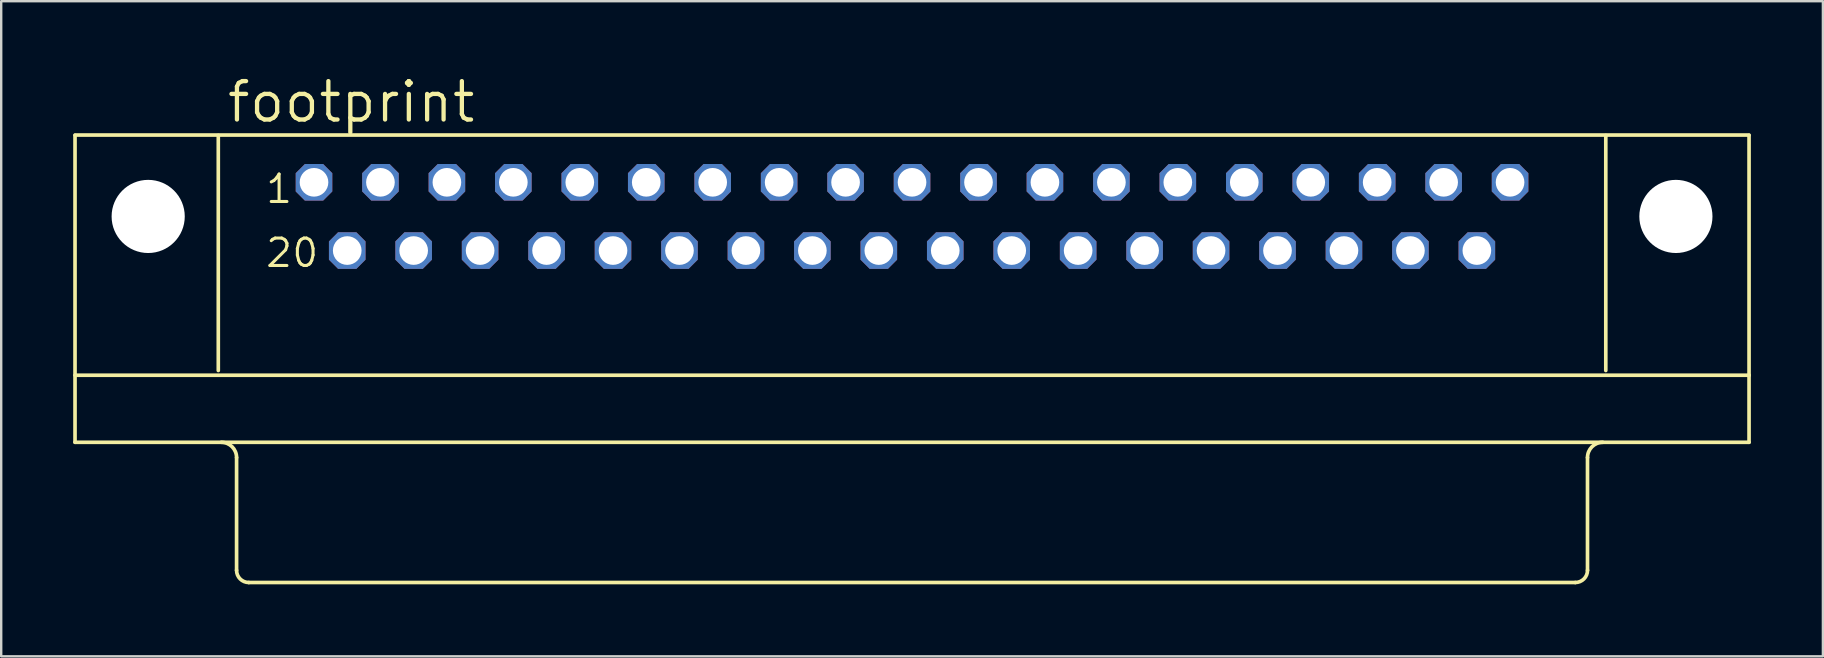
<source format=kicad_pcb>
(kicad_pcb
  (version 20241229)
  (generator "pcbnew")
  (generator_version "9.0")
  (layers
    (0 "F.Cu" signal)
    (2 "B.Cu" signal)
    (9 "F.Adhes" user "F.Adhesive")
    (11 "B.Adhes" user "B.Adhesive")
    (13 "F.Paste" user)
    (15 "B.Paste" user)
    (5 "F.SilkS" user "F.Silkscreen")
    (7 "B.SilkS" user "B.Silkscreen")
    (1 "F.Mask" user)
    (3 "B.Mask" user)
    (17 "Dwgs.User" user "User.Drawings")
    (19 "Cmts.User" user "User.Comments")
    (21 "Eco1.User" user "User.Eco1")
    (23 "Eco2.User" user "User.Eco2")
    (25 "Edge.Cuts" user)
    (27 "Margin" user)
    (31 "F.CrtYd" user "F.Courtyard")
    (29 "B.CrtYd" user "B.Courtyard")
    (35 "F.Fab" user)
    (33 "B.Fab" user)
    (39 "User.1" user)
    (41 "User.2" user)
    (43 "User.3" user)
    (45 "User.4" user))
  (footprint "footprint"
    (layer "F.Cu")
    (at 34.95 15.469)
    (property "Reference" "footprint" (at -28.626 -13.335 0) (layer "F.SilkS") (effects (font (size 1.6 1.6) (thickness 0.178)) (justify left bottom)))
    (fp_line (start -34.874 -12.875) (end -34.874 -0.091) (stroke (width 0.152) (type solid)) (layer "F.SilkS"))
    (fp_line (start -28.905 -12.875) (end -28.905 -3.082) (stroke (width 0.152) (type solid)) (layer "F.SilkS"))
    (fp_line (start -28.143 0.544) (end -28.143 5.243) (stroke (width 0.152) (type solid)) (layer "F.SilkS"))
    (fp_line (start 27.635 5.751) (end -27.635 5.751) (stroke (width 0.152) (type solid)) (layer "F.SilkS"))
    (fp_line (start 28.143 0.544) (end 28.143 5.243) (stroke (width 0.152) (type solid)) (layer "F.SilkS"))
    (fp_line (start 28.905 -3.082) (end 28.905 -12.875) (stroke (width 0.152) (type solid)) (layer "F.SilkS"))
    (fp_line (start 34.874 -12.893) (end -34.874 -12.893) (stroke (width 0.152) (type solid)) (layer "F.SilkS"))
    (fp_line (start 34.874 -12.875) (end 34.874 -2.885) (stroke (width 0.152) (type solid)) (layer "F.SilkS"))
    (fp_line (start 34.874 -2.885) (end -34.874 -2.885) (stroke (width 0.152) (type solid)) (layer "F.SilkS"))
    (fp_line (start 34.874 -2.885) (end 34.874 -0.091) (stroke (width 0.152) (type solid)) (layer "F.SilkS"))
    (fp_line (start 34.874 -0.091) (end -34.874 -0.091) (stroke (width 0.152) (type solid)) (layer "F.SilkS"))
    (fp_arc (start -28.7782 -0.091) (mid -28.329187 0.094987) (end -28.1432 0.544) (stroke (width 0.1524) (type solid)) (layer "F.SilkS"))
    (fp_arc (start -27.6352 5.751) (mid -27.99441 5.60221) (end -28.1432 5.243) (stroke (width 0.1524) (type solid)) (layer "F.SilkS"))
    (fp_arc (start 28.1432 0.544) (mid 28.329187 0.094987) (end 28.7782 -0.091) (stroke (width 0.1524) (type solid)) (layer "F.SilkS"))
    (fp_arc (start 28.1432 5.243) (mid 27.99441 5.60221) (end 27.6352 5.751) (stroke (width 0.1524) (type solid)) (layer "F.SilkS"))
    (fp_text user "20" (at -27 -7.311 0) (layer "F.SilkS") (effects (font (size 1.143 1.143) (thickness 0.127)) (justify left bottom)))
    (fp_text user "1" (at -27 -9.978 0) (layer "F.SilkS") (effects (font (size 1.143 1.143) (thickness 0.127)) (justify left bottom)))
    (pad "" np_thru_hole circle (at -31.826 -9.501) (size 3.048 3.048) (drill 3.048) (layers "*.Cu" "*.Mask"))
    (pad "" np_thru_hole circle (at 31.826 -9.501) (size 3.048 3.048) (drill 3.048) (layers "*.Cu" "*.Mask"))
    (pad "1" thru_hole roundrect (at -24.917 -10.923) (size 1.524 1.524) (drill 1.194) (layers "*.Cu" "*.Mask") (roundrect_rratio 0.25) (chamfer_ratio 0.25) (chamfer top_left top_right bottom_left bottom_right))
    (pad "2" thru_hole roundrect (at -22.149 -10.923) (size 1.524 1.524) (drill 1.194) (layers "*.Cu" "*.Mask") (roundrect_rratio 0.25) (chamfer_ratio 0.25) (chamfer top_left top_right bottom_left bottom_right))
    (pad "3" thru_hole roundrect (at -19.38 -10.923) (size 1.524 1.524) (drill 1.194) (layers "*.Cu" "*.Mask") (roundrect_rratio 0.25) (chamfer_ratio 0.25) (chamfer top_left top_right bottom_left bottom_right))
    (pad "4" thru_hole roundrect (at -16.612 -10.923) (size 1.524 1.524) (drill 1.194) (layers "*.Cu" "*.Mask") (roundrect_rratio 0.25) (chamfer_ratio 0.25) (chamfer top_left top_right bottom_left bottom_right))
    (pad "5" thru_hole roundrect (at -13.843 -10.923) (size 1.524 1.524) (drill 1.194) (layers "*.Cu" "*.Mask") (roundrect_rratio 0.25) (chamfer_ratio 0.25) (chamfer top_left top_right bottom_left bottom_right))
    (pad "6" thru_hole roundrect (at -11.074 -10.923) (size 1.524 1.524) (drill 1.194) (layers "*.Cu" "*.Mask") (roundrect_rratio 0.25) (chamfer_ratio 0.25) (chamfer top_left top_right bottom_left bottom_right))
    (pad "7" thru_hole roundrect (at -8.306 -10.923) (size 1.524 1.524) (drill 1.194) (layers "*.Cu" "*.Mask") (roundrect_rratio 0.25) (chamfer_ratio 0.25) (chamfer top_left top_right bottom_left bottom_right))
    (pad "8" thru_hole roundrect (at -5.537 -10.923) (size 1.524 1.524) (drill 1.194) (layers "*.Cu" "*.Mask") (roundrect_rratio 0.25) (chamfer_ratio 0.25) (chamfer top_left top_right bottom_left bottom_right))
    (pad "9" thru_hole roundrect (at -2.769 -10.923) (size 1.524 1.524) (drill 1.194) (layers "*.Cu" "*.Mask") (roundrect_rratio 0.25) (chamfer_ratio 0.25) (chamfer top_left top_right bottom_left bottom_right))
    (pad "10" thru_hole roundrect (at 0 -10.923) (size 1.524 1.524) (drill 1.194) (layers "*.Cu" "*.Mask") (roundrect_rratio 0.25) (chamfer_ratio 0.25) (chamfer top_left top_right bottom_left bottom_right))
    (pad "11" thru_hole roundrect (at 2.769 -10.923) (size 1.524 1.524) (drill 1.194) (layers "*.Cu" "*.Mask") (roundrect_rratio 0.25) (chamfer_ratio 0.25) (chamfer top_left top_right bottom_left bottom_right))
    (pad "12" thru_hole roundrect (at 5.537 -10.923) (size 1.524 1.524) (drill 1.194) (layers "*.Cu" "*.Mask") (roundrect_rratio 0.25) (chamfer_ratio 0.25) (chamfer top_left top_right bottom_left bottom_right))
    (pad "13" thru_hole roundrect (at 8.306 -10.923) (size 1.524 1.524) (drill 1.194) (layers "*.Cu" "*.Mask") (roundrect_rratio 0.25) (chamfer_ratio 0.25) (chamfer top_left top_right bottom_left bottom_right))
    (pad "14" thru_hole roundrect (at 11.074 -10.923) (size 1.524 1.524) (drill 1.194) (layers "*.Cu" "*.Mask") (roundrect_rratio 0.25) (chamfer_ratio 0.25) (chamfer top_left top_right bottom_left bottom_right))
    (pad "15" thru_hole roundrect (at 13.843 -10.923) (size 1.524 1.524) (drill 1.194) (layers "*.Cu" "*.Mask") (roundrect_rratio 0.25) (chamfer_ratio 0.25) (chamfer top_left top_right bottom_left bottom_right))
    (pad "16" thru_hole roundrect (at 16.612 -10.923) (size 1.524 1.524) (drill 1.194) (layers "*.Cu" "*.Mask") (roundrect_rratio 0.25) (chamfer_ratio 0.25) (chamfer top_left top_right bottom_left bottom_right))
    (pad "17" thru_hole roundrect (at 19.38 -10.923) (size 1.524 1.524) (drill 1.194) (layers "*.Cu" "*.Mask") (roundrect_rratio 0.25) (chamfer_ratio 0.25) (chamfer top_left top_right bottom_left bottom_right))
    (pad "18" thru_hole roundrect (at 22.149 -10.923) (size 1.524 1.524) (drill 1.194) (layers "*.Cu" "*.Mask") (roundrect_rratio 0.25) (chamfer_ratio 0.25) (chamfer top_left top_right bottom_left bottom_right))
    (pad "19" thru_hole roundrect (at 24.917 -10.923) (size 1.524 1.524) (drill 1.194) (layers "*.Cu" "*.Mask") (roundrect_rratio 0.25) (chamfer_ratio 0.25) (chamfer top_left top_right bottom_left bottom_right))
    (pad "20" thru_hole roundrect (at -23.533 -8.08) (size 1.524 1.524) (drill 1.194) (layers "*.Cu" "*.Mask") (roundrect_rratio 0.25) (chamfer_ratio 0.25) (chamfer top_left top_right bottom_left bottom_right))
    (pad "21" thru_hole roundrect (at -20.765 -8.08) (size 1.524 1.524) (drill 1.194) (layers "*.Cu" "*.Mask") (roundrect_rratio 0.25) (chamfer_ratio 0.25) (chamfer top_left top_right bottom_left bottom_right))
    (pad "22" thru_hole roundrect (at -17.996 -8.08) (size 1.524 1.524) (drill 1.194) (layers "*.Cu" "*.Mask") (roundrect_rratio 0.25) (chamfer_ratio 0.25) (chamfer top_left top_right bottom_left bottom_right))
    (pad "23" thru_hole roundrect (at -15.227 -8.08) (size 1.524 1.524) (drill 1.194) (layers "*.Cu" "*.Mask") (roundrect_rratio 0.25) (chamfer_ratio 0.25) (chamfer top_left top_right bottom_left bottom_right))
    (pad "24" thru_hole roundrect (at -12.459 -8.08) (size 1.524 1.524) (drill 1.194) (layers "*.Cu" "*.Mask") (roundrect_rratio 0.25) (chamfer_ratio 0.25) (chamfer top_left top_right bottom_left bottom_right))
    (pad "25" thru_hole roundrect (at -9.69 -8.08) (size 1.524 1.524) (drill 1.194) (layers "*.Cu" "*.Mask") (roundrect_rratio 0.25) (chamfer_ratio 0.25) (chamfer top_left top_right bottom_left bottom_right))
    (pad "26" thru_hole roundrect (at -6.921 -8.08) (size 1.524 1.524) (drill 1.194) (layers "*.Cu" "*.Mask") (roundrect_rratio 0.25) (chamfer_ratio 0.25) (chamfer top_left top_right bottom_left bottom_right))
    (pad "27" thru_hole roundrect (at -4.153 -8.08) (size 1.524 1.524) (drill 1.194) (layers "*.Cu" "*.Mask") (roundrect_rratio 0.25) (chamfer_ratio 0.25) (chamfer top_left top_right bottom_left bottom_right))
    (pad "28" thru_hole roundrect (at -1.384 -8.08) (size 1.524 1.524) (drill 1.194) (layers "*.Cu" "*.Mask") (roundrect_rratio 0.25) (chamfer_ratio 0.25) (chamfer top_left top_right bottom_left bottom_right))
    (pad "29" thru_hole roundrect (at 1.384 -8.08) (size 1.524 1.524) (drill 1.194) (layers "*.Cu" "*.Mask") (roundrect_rratio 0.25) (chamfer_ratio 0.25) (chamfer top_left top_right bottom_left bottom_right))
    (pad "30" thru_hole roundrect (at 4.153 -8.08) (size 1.524 1.524) (drill 1.194) (layers "*.Cu" "*.Mask") (roundrect_rratio 0.25) (chamfer_ratio 0.25) (chamfer top_left top_right bottom_left bottom_right))
    (pad "31" thru_hole roundrect (at 6.921 -8.08) (size 1.524 1.524) (drill 1.194) (layers "*.Cu" "*.Mask") (roundrect_rratio 0.25) (chamfer_ratio 0.25) (chamfer top_left top_right bottom_left bottom_right))
    (pad "32" thru_hole roundrect (at 9.69 -8.08) (size 1.524 1.524) (drill 1.194) (layers "*.Cu" "*.Mask") (roundrect_rratio 0.25) (chamfer_ratio 0.25) (chamfer top_left top_right bottom_left bottom_right))
    (pad "33" thru_hole roundrect (at 12.459 -8.08) (size 1.524 1.524) (drill 1.194) (layers "*.Cu" "*.Mask") (roundrect_rratio 0.25) (chamfer_ratio 0.25) (chamfer top_left top_right bottom_left bottom_right))
    (pad "34" thru_hole roundrect (at 15.227 -8.08) (size 1.524 1.524) (drill 1.194) (layers "*.Cu" "*.Mask") (roundrect_rratio 0.25) (chamfer_ratio 0.25) (chamfer top_left top_right bottom_left bottom_right))
    (pad "35" thru_hole roundrect (at 17.996 -8.08) (size 1.524 1.524) (drill 1.194) (layers "*.Cu" "*.Mask") (roundrect_rratio 0.25) (chamfer_ratio 0.25) (chamfer top_left top_right bottom_left bottom_right))
    (pad "36" thru_hole roundrect (at 20.765 -8.08) (size 1.524 1.524) (drill 1.194) (layers "*.Cu" "*.Mask") (roundrect_rratio 0.25) (chamfer_ratio 0.25) (chamfer top_left top_right bottom_left bottom_right))
    (pad "37" thru_hole roundrect (at 23.533 -8.08) (size 1.524 1.524) (drill 1.194) (layers "*.Cu" "*.Mask") (roundrect_rratio 0.25) (chamfer_ratio 0.25) (chamfer top_left top_right bottom_left bottom_right)))
  (gr_rect
    (start -3 -3)
    (end 72.901 24.296)
    (stroke (width 0.1) (type default))
    (fill no)
    (layer "Edge.Cuts")))
</source>
